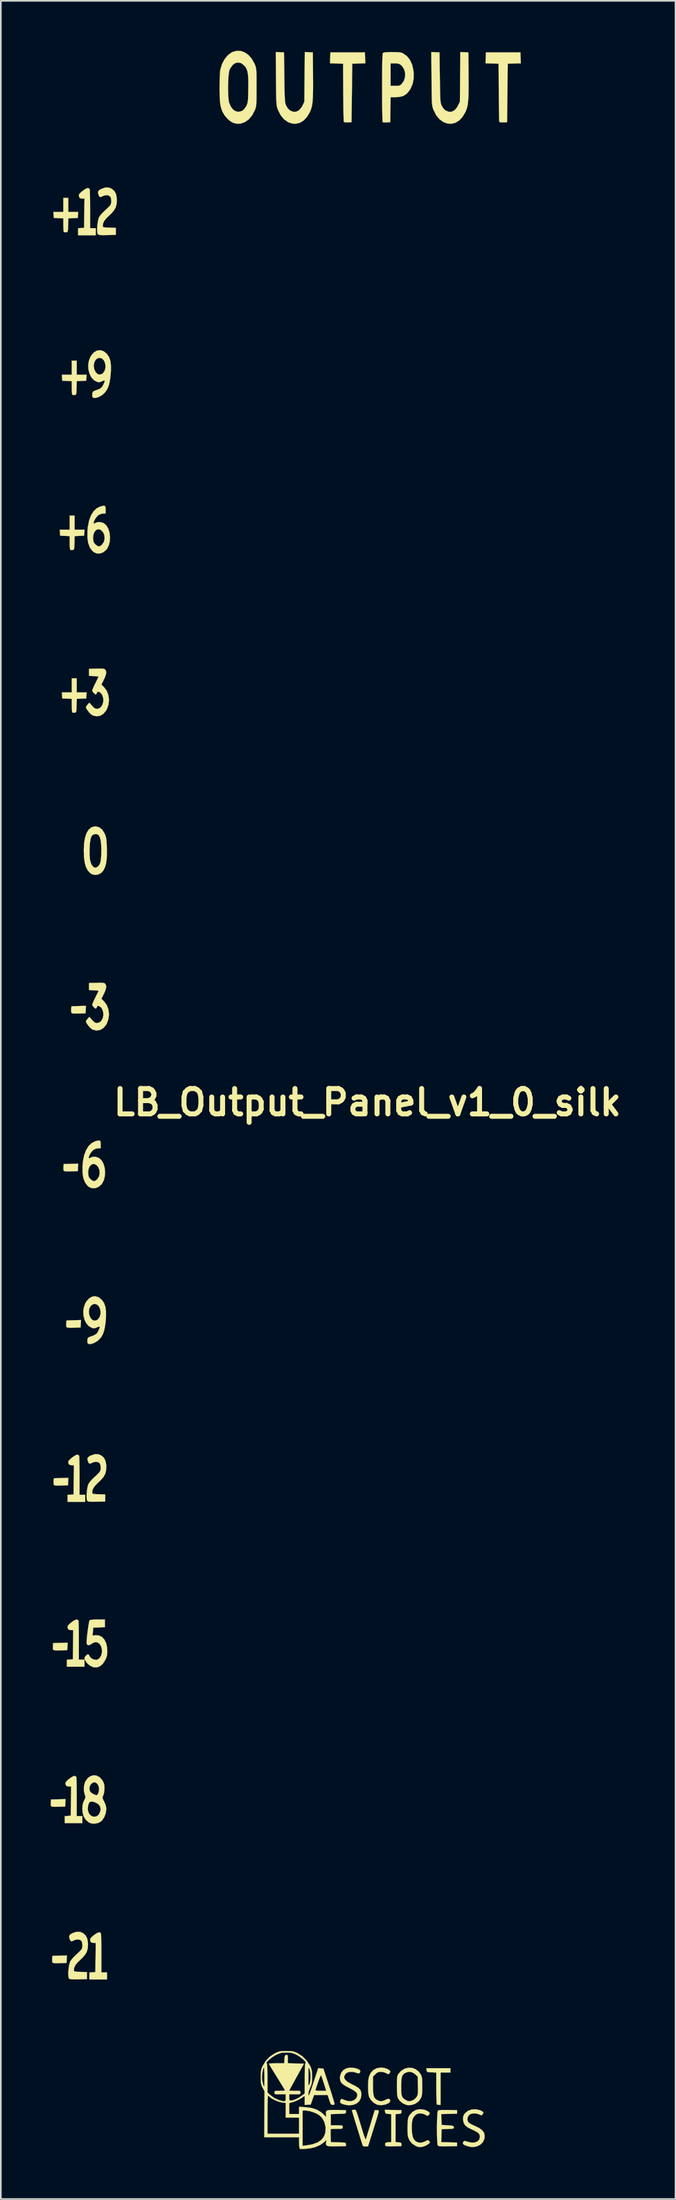
<source format=kicad_pcb>
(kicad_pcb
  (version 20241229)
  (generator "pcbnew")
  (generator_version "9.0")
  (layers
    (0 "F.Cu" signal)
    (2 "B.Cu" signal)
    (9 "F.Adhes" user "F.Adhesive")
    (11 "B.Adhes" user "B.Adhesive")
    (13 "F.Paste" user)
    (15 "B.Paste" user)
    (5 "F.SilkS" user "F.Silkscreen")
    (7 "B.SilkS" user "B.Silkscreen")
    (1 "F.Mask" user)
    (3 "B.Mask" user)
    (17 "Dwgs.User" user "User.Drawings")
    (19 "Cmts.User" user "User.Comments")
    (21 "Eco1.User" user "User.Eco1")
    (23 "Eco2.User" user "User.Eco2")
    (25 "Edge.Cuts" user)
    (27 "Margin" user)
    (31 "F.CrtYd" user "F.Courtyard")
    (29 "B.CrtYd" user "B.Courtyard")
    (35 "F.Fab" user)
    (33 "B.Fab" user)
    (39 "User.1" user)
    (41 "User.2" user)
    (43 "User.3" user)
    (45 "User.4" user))
  (footprint "LB_Output_Panel_v1_0_silk"
    (layer "F.Cu")
    (at 19.049 63.198)
    (property "Reference" "LB_Output_Panel_v1_0_silk" (at 0 0 0) (layer "F.SilkS") (effects (font (size 1.524 1.524) (thickness 0.3))))
    (attr through_hole)
    (fp_poly (pts (xy -17.251 13.525) (xy -17.664 13.538) (xy -17.864 13.541) (xy -17.993 13.536) (xy -18.067 13.52) (xy -18.099 13.493) (xy -18.101 13.489) (xy -18.113 13.409) (xy -18.113 13.289) (xy -18.111 13.265) (xy -18.098 13.102) (xy -17.225 13.078) (xy -17.251 13.525)) (stroke (width 0.01) (type solid)) (fill yes) (layer "F.SilkS"))
    (fp_poly (pts (xy -18.182 42.312) (xy -18.596 42.324) (xy -18.795 42.328) (xy -18.925 42.322) (xy -18.998 42.307) (xy -19.031 42.28) (xy -19.032 42.276) (xy -19.044 42.196) (xy -19.044 42.076) (xy -19.042 42.052) (xy -19.029 41.889) (xy -18.593 41.877) (xy -18.156 41.865) (xy -18.182 42.312)) (stroke (width 0.01) (type solid)) (fill yes) (layer "F.SilkS"))
    (fp_poly (pts (xy -18.055 32.914) (xy -18.469 32.926) (xy -18.668 32.93) (xy -18.798 32.924) (xy -18.872 32.909) (xy -18.904 32.882) (xy -18.905 32.878) (xy -18.917 32.798) (xy -18.917 32.678) (xy -18.915 32.654) (xy -18.902 32.491) (xy -18.466 32.479) (xy -18.029 32.467) (xy -18.055 32.914)) (stroke (width 0.01) (type solid)) (fill yes) (layer "F.SilkS"))
    (fp_poly (pts (xy -18.013 23.008) (xy -18.426 23.02) (xy -18.626 23.024) (xy -18.755 23.018) (xy -18.829 23.003) (xy -18.861 22.976) (xy -18.863 22.972) (xy -18.875 22.892) (xy -18.875 22.772) (xy -18.873 22.748) (xy -18.86 22.585) (xy -18.423 22.573) (xy -17.987 22.561) (xy -18.013 23.008)) (stroke (width 0.01) (type solid)) (fill yes) (layer "F.SilkS"))
    (fp_poly (pts (xy -17.42 4.128) (xy -17.834 4.14) (xy -18.033 4.143) (xy -18.163 4.138) (xy -18.236 4.122) (xy -18.269 4.095) (xy -18.27 4.091) (xy -18.282 4.011) (xy -18.282 3.891) (xy -18.28 3.867) (xy -18.267 3.704) (xy -17.831 3.692) (xy -17.394 3.68) (xy -17.42 4.128)) (stroke (width 0.01) (type solid)) (fill yes) (layer "F.SilkS"))
    (fp_poly (pts (xy -18.085 51.486) (xy -18.098 51.71) (xy -18.511 51.722) (xy -18.711 51.726) (xy -18.84 51.72) (xy -18.914 51.705) (xy -18.946 51.678) (xy -18.948 51.674) (xy -18.96 51.594) (xy -18.959 51.474) (xy -18.958 51.45) (xy -18.944 51.287) (xy -18.508 51.275) (xy -18.072 51.263) (xy -18.085 51.486)) (stroke (width 0.01) (type solid)) (fill yes) (layer "F.SilkS"))
    (fp_poly (pts (xy -16.942 -5.579) (xy -16.954 -5.355) (xy -17.368 -5.343) (xy -17.568 -5.34) (xy -17.697 -5.345) (xy -17.771 -5.361) (xy -17.803 -5.388) (xy -17.805 -5.392) (xy -17.817 -5.472) (xy -17.816 -5.591) (xy -17.815 -5.615) (xy -17.801 -5.779) (xy -17.365 -5.791) (xy -16.929 -5.803) (xy -16.942 -5.579)) (stroke (width 0.01) (type solid)) (fill yes) (layer "F.SilkS"))
    (fp_poly (pts (xy 4.995 58.293) (xy 4.403 58.293) (xy 4.403 60.24) (xy 4.304 60.24) (xy 4.215 60.229) (xy 4.177 60.212) (xy 4.169 60.163) (xy 4.161 60.042) (xy 4.156 59.862) (xy 4.151 59.634) (xy 4.149 59.371) (xy 4.149 59.24) (xy 4.149 58.297) (xy 3.863 58.284) (xy 3.711 58.276) (xy 3.624 58.261) (xy 3.583 58.233) (xy 3.567 58.181) (xy 3.564 58.155) (xy 3.55 58.039) (xy 4.995 58.039) (xy 4.995 58.293)) (stroke (width 0.01) (type solid)) (fill yes) (layer "F.SilkS"))
    (fp_poly (pts (xy 9.22 -62.771) (xy 9.232 -62.445) (xy 8.839 -62.433) (xy 8.445 -62.42) (xy 8.403 -58.907) (xy 8.18 -58.894) (xy 8.028 -58.895) (xy 7.95 -58.919) (xy 7.937 -58.936) (xy 7.932 -58.989) (xy 7.927 -59.118) (xy 7.923 -59.313) (xy 7.918 -59.564) (xy 7.914 -59.863) (xy 7.91 -60.2) (xy 7.907 -60.566) (xy 7.906 -60.706) (xy 7.895 -62.42) (xy 7.502 -62.433) (xy 7.108 -62.445) (xy 7.121 -62.771) (xy 7.133 -63.098) (xy 9.207 -63.098) (xy 9.22 -62.771)) (stroke (width 0.01) (type solid)) (fill yes) (layer "F.SilkS"))
    (fp_poly (pts (xy -0.136 -62.771) (xy -0.123 -62.445) (xy -0.517 -62.433) (xy -0.91 -62.42) (xy -0.931 -60.664) (xy -0.953 -58.907) (xy -1.175 -58.894) (xy -1.328 -58.895) (xy -1.406 -58.919) (xy -1.419 -58.936) (xy -1.423 -58.989) (xy -1.428 -59.118) (xy -1.433 -59.313) (xy -1.438 -59.564) (xy -1.442 -59.863) (xy -1.446 -60.2) (xy -1.449 -60.566) (xy -1.45 -60.706) (xy -1.46 -62.42) (xy -1.854 -62.433) (xy -2.247 -62.445) (xy -2.235 -62.771) (xy -2.223 -63.098) (xy -0.148 -63.098) (xy -0.136 -62.771)) (stroke (width 0.01) (type solid)) (fill yes) (layer "F.SilkS"))
    (fp_poly (pts (xy -17.537 40.501) (xy -17.509 40.538) (xy -17.503 40.596) (xy -17.496 40.728) (xy -17.491 40.921) (xy -17.487 41.163) (xy -17.485 41.442) (xy -17.484 41.744) (xy -17.484 42.884) (xy -17.145 42.884) (xy -17.145 43.307) (xy -18.203 43.307) (xy -18.203 42.889) (xy -17.843 42.862) (xy -17.821 41.106) (xy -17.965 41.106) (xy -18.085 41.084) (xy -18.146 41.012) (xy -18.161 40.892) (xy -18.128 40.826) (xy -18.042 40.736) (xy -17.925 40.638) (xy -17.799 40.551) (xy -17.686 40.489) (xy -17.617 40.471) (xy -17.537 40.501)) (stroke (width 0.01) (type solid)) (fill yes) (layer "F.SilkS"))
    (fp_poly (pts (xy -17.41 31.103) (xy -17.382 31.14) (xy -17.376 31.198) (xy -17.369 31.33) (xy -17.364 31.523) (xy -17.36 31.765) (xy -17.358 32.044) (xy -17.357 32.346) (xy -17.357 33.486) (xy -17.018 33.486) (xy -17.018 33.909) (xy -18.076 33.909) (xy -18.076 33.491) (xy -17.716 33.465) (xy -17.694 31.708) (xy -17.838 31.708) (xy -17.958 31.686) (xy -18.019 31.614) (xy -18.034 31.494) (xy -18.001 31.428) (xy -17.915 31.338) (xy -17.798 31.24) (xy -17.672 31.153) (xy -17.559 31.091) (xy -17.49 31.073) (xy -17.41 31.103)) (stroke (width 0.01) (type solid)) (fill yes) (layer "F.SilkS"))
    (fp_poly (pts (xy -17.992 -53.509) (xy -17.394 -53.509) (xy -17.407 -53.329) (xy -17.42 -53.15) (xy -17.989 -53.125) (xy -18.001 -52.714) (xy -18.007 -52.525) (xy -18.016 -52.404) (xy -18.032 -52.336) (xy -18.059 -52.304) (xy -18.103 -52.293) (xy -18.12 -52.29) (xy -18.213 -52.291) (xy -18.258 -52.308) (xy -18.271 -52.361) (xy -18.281 -52.478) (xy -18.287 -52.639) (xy -18.288 -52.731) (xy -18.288 -53.124) (xy -18.574 -53.137) (xy -18.86 -53.15) (xy -18.873 -53.329) (xy -18.886 -53.509) (xy -18.288 -53.509) (xy -18.288 -54.356) (xy -17.992 -54.356) (xy -17.992 -53.509)) (stroke (width 0.01) (type solid)) (fill yes) (layer "F.SilkS"))
    (fp_poly (pts (xy -17.611 -34.417) (xy -17.013 -34.417) (xy -17.026 -34.237) (xy -17.039 -34.057) (xy -17.608 -34.032) (xy -17.62 -33.621) (xy -17.626 -33.433) (xy -17.635 -33.312) (xy -17.651 -33.244) (xy -17.678 -33.212) (xy -17.722 -33.2) (xy -17.739 -33.198) (xy -17.832 -33.199) (xy -17.877 -33.216) (xy -17.89 -33.269) (xy -17.9 -33.386) (xy -17.906 -33.547) (xy -17.907 -33.639) (xy -17.907 -34.032) (xy -18.193 -34.045) (xy -18.479 -34.057) (xy -18.492 -34.237) (xy -18.505 -34.417) (xy -17.907 -34.417) (xy -17.907 -35.264) (xy -17.611 -35.264) (xy -17.611 -34.417)) (stroke (width 0.01) (type solid)) (fill yes) (layer "F.SilkS"))
    (fp_poly (pts (xy -17.484 -43.73) (xy -16.886 -43.73) (xy -16.899 -43.55) (xy -16.912 -43.37) (xy -17.481 -43.346) (xy -17.493 -42.935) (xy -17.499 -42.746) (xy -17.508 -42.625) (xy -17.524 -42.557) (xy -17.551 -42.525) (xy -17.595 -42.514) (xy -17.612 -42.511) (xy -17.705 -42.512) (xy -17.75 -42.529) (xy -17.763 -42.582) (xy -17.773 -42.699) (xy -17.779 -42.86) (xy -17.78 -42.952) (xy -17.78 -43.345) (xy -18.066 -43.358) (xy -18.352 -43.37) (xy -18.365 -43.55) (xy -18.378 -43.73) (xy -17.78 -43.73) (xy -17.78 -44.577) (xy -17.484 -44.577) (xy -17.484 -43.73)) (stroke (width 0.01) (type solid)) (fill yes) (layer "F.SilkS"))
    (fp_poly (pts (xy -17.484 -24.638) (xy -16.886 -24.638) (xy -16.899 -24.458) (xy -16.912 -24.278) (xy -17.481 -24.253) (xy -17.493 -23.842) (xy -17.499 -23.654) (xy -17.508 -23.533) (xy -17.524 -23.465) (xy -17.551 -23.433) (xy -17.595 -23.421) (xy -17.612 -23.419) (xy -17.705 -23.42) (xy -17.75 -23.437) (xy -17.763 -23.49) (xy -17.773 -23.607) (xy -17.779 -23.768) (xy -17.78 -23.86) (xy -17.78 -24.253) (xy -18.066 -24.266) (xy -18.352 -24.278) (xy -18.365 -24.458) (xy -18.378 -24.638) (xy -17.78 -24.638) (xy -17.78 -25.485) (xy -17.484 -25.485) (xy -17.484 -24.638)) (stroke (width 0.01) (type solid)) (fill yes) (layer "F.SilkS"))
    (fp_poly (pts (xy -17.367 21.197) (xy -17.34 21.234) (xy -17.333 21.292) (xy -17.327 21.424) (xy -17.322 21.617) (xy -17.318 21.859) (xy -17.315 22.138) (xy -17.314 22.44) (xy -17.314 23.58) (xy -16.976 23.58) (xy -16.976 24.003) (xy -18.034 24.003) (xy -18.034 23.585) (xy -17.854 23.572) (xy -17.674 23.558) (xy -17.651 21.802) (xy -17.796 21.802) (xy -17.915 21.78) (xy -17.976 21.708) (xy -17.992 21.588) (xy -17.958 21.522) (xy -17.872 21.432) (xy -17.756 21.334) (xy -17.63 21.247) (xy -17.517 21.185) (xy -17.448 21.167) (xy -17.367 21.197)) (stroke (width 0.01) (type solid)) (fill yes) (layer "F.SilkS"))
    (fp_poly (pts (xy -16.732 -54.918) (xy -16.705 -54.882) (xy -16.698 -54.823) (xy -16.692 -54.691) (xy -16.687 -54.498) (xy -16.683 -54.256) (xy -16.68 -53.977) (xy -16.679 -53.675) (xy -16.679 -52.536) (xy -16.341 -52.536) (xy -16.341 -52.112) (xy -17.399 -52.112) (xy -17.399 -52.531) (xy -17.219 -52.544) (xy -17.039 -52.557) (xy -17.028 -53.435) (xy -17.016 -54.314) (xy -17.161 -54.314) (xy -17.28 -54.335) (xy -17.341 -54.408) (xy -17.357 -54.527) (xy -17.323 -54.594) (xy -17.237 -54.684) (xy -17.121 -54.781) (xy -16.995 -54.869) (xy -16.882 -54.93) (xy -16.813 -54.949) (xy -16.732 -54.918)) (stroke (width 0.01) (type solid)) (fill yes) (layer "F.SilkS"))
    (fp_poly (pts (xy -16.055 49.899) (xy -16.028 49.936) (xy -16.021 49.994) (xy -16.015 50.126) (xy -16.01 50.319) (xy -16.005 50.561) (xy -16.003 50.84) (xy -16.002 51.142) (xy -16.002 52.282) (xy -15.663 52.282) (xy -15.663 52.705) (xy -16.722 52.705) (xy -16.722 52.287) (xy -16.542 52.274) (xy -16.362 52.261) (xy -16.35 51.382) (xy -16.339 50.504) (xy -16.483 50.504) (xy -16.603 50.482) (xy -16.664 50.41) (xy -16.679 50.29) (xy -16.646 50.224) (xy -16.56 50.134) (xy -16.443 50.036) (xy -16.318 49.949) (xy -16.205 49.887) (xy -16.135 49.869) (xy -16.055 49.899)) (stroke (width 0.01) (type solid)) (fill yes) (layer "F.SilkS"))
    (fp_poly (pts (xy 1.552 60.546) (xy 2.051 60.558) (xy 2.051 60.664) (xy 2.041 60.731) (xy 1.996 60.765) (xy 1.893 60.781) (xy 1.872 60.783) (xy 1.693 60.796) (xy 1.693 62.479) (xy 1.872 62.492) (xy 1.986 62.506) (xy 2.038 62.537) (xy 2.051 62.599) (xy 2.051 62.611) (xy 2.051 62.717) (xy 1.575 62.729) (xy 1.362 62.732) (xy 1.22 62.729) (xy 1.134 62.718) (xy 1.089 62.697) (xy 1.074 62.676) (xy 1.063 62.571) (xy 1.126 62.507) (xy 1.262 62.484) (xy 1.269 62.484) (xy 1.439 62.484) (xy 1.439 60.796) (xy 1.259 60.783) (xy 1.145 60.768) (xy 1.089 60.736) (xy 1.068 60.668) (xy 1.066 60.652) (xy 1.052 60.534) (xy 1.552 60.546)) (stroke (width 0.01) (type solid)) (fill yes) (layer "F.SilkS"))
    (fp_poly (pts (xy 4.853 60.546) (xy 5.397 60.558) (xy 5.397 60.77) (xy 4.919 60.781) (xy 4.441 60.793) (xy 4.454 61.12) (xy 4.466 61.447) (xy 4.826 61.468) (xy 5.001 61.48) (xy 5.11 61.495) (xy 5.167 61.517) (xy 5.193 61.552) (xy 5.199 61.583) (xy 5.201 61.628) (xy 5.18 61.656) (xy 5.121 61.673) (xy 5.007 61.682) (xy 4.839 61.689) (xy 4.466 61.701) (xy 4.454 62.091) (xy 4.442 62.481) (xy 4.92 62.493) (xy 5.397 62.505) (xy 5.397 62.717) (xy 4.846 62.729) (xy 4.589 62.731) (xy 4.408 62.725) (xy 4.295 62.711) (xy 4.243 62.688) (xy 4.224 62.628) (xy 4.209 62.498) (xy 4.198 62.314) (xy 4.19 62.089) (xy 4.187 61.838) (xy 4.186 61.576) (xy 4.19 61.317) (xy 4.197 61.076) (xy 4.207 60.868) (xy 4.221 60.707) (xy 4.238 60.607) (xy 4.25 60.583) (xy 4.324 60.56) (xy 4.48 60.547) (xy 4.719 60.544) (xy 4.853 60.546)) (stroke (width 0.01) (type solid)) (fill yes) (layer "F.SilkS"))
    (fp_poly (pts (xy -5.016 -63.098) (xy -4.995 -61.595) (xy -4.99 -61.197) (xy -4.984 -60.874) (xy -4.978 -60.617) (xy -4.971 -60.417) (xy -4.963 -60.264) (xy -4.952 -60.148) (xy -4.939 -60.062) (xy -4.922 -59.994) (xy -4.901 -59.937) (xy -4.882 -59.892) (xy -4.78 -59.728) (xy -4.657 -59.612) (xy -4.649 -59.607) (xy -4.458 -59.53) (xy -4.277 -59.535) (xy -4.113 -59.622) (xy -3.968 -59.787) (xy -3.903 -59.901) (xy -3.789 -60.135) (xy -3.763 -63.123) (xy -3.281 -63.098) (xy -3.269 -61.701) (xy -3.266 -61.253) (xy -3.267 -60.88) (xy -3.272 -60.572) (xy -3.283 -60.32) (xy -3.299 -60.113) (xy -3.323 -59.942) (xy -3.355 -59.796) (xy -3.395 -59.668) (xy -3.445 -59.545) (xy -3.469 -59.493) (xy -3.638 -59.214) (xy -3.837 -59.005) (xy -4.061 -58.87) (xy -4.303 -58.811) (xy -4.557 -58.831) (xy -4.787 -58.919) (xy -5.024 -59.09) (xy -5.222 -59.336) (xy -5.381 -59.656) (xy -5.389 -59.677) (xy -5.413 -59.744) (xy -5.433 -59.811) (xy -5.448 -59.888) (xy -5.461 -59.984) (xy -5.47 -60.108) (xy -5.478 -60.269) (xy -5.483 -60.478) (xy -5.487 -60.742) (xy -5.491 -61.071) (xy -5.495 -61.475) (xy -5.495 -61.523) (xy -5.508 -63.123) (xy -5.016 -63.098)) (stroke (width 0.01) (type solid)) (fill yes) (layer "F.SilkS"))
    (fp_poly (pts (xy 1.017 58.019) (xy 1.196 58.079) (xy 1.332 58.164) (xy 1.359 58.192) (xy 1.384 58.253) (xy 1.343 58.324) (xy 1.335 58.333) (xy 1.283 58.384) (xy 1.236 58.39) (xy 1.159 58.351) (xy 1.129 58.333) (xy 0.981 58.274) (xy 0.812 58.251) (xy 0.811 58.251) (xy 0.679 58.263) (xy 0.577 58.311) (xy 0.483 58.395) (xy 0.339 58.539) (xy 0.339 59.097) (xy 0.343 59.373) (xy 0.358 59.577) (xy 0.389 59.725) (xy 0.441 59.83) (xy 0.516 59.906) (xy 0.618 59.964) (xy 0.749 60.015) (xy 0.863 60.021) (xy 0.993 59.983) (xy 1.091 59.938) (xy 1.206 59.887) (xy 1.274 59.873) (xy 1.322 59.895) (xy 1.344 59.915) (xy 1.381 59.993) (xy 1.348 60.071) (xy 1.26 60.142) (xy 1.132 60.2) (xy 0.978 60.24) (xy 0.813 60.256) (xy 0.652 60.242) (xy 0.572 60.22) (xy 0.383 60.114) (xy 0.22 59.953) (xy 0.108 59.763) (xy 0.088 59.705) (xy 0.063 59.56) (xy 0.049 59.359) (xy 0.044 59.131) (xy 0.05 58.903) (xy 0.066 58.704) (xy 0.09 58.568) (xy 0.194 58.33) (xy 0.356 58.151) (xy 0.565 58.038) (xy 0.816 57.997) (xy 0.828 57.997) (xy 1.017 58.019)) (stroke (width 0.01) (type solid)) (fill yes) (layer "F.SilkS"))
    (fp_poly (pts (xy -0.721 60.544) (xy -0.696 60.57) (xy -0.669 60.622) (xy -0.635 60.706) (xy -0.592 60.832) (xy -0.536 61.006) (xy -0.464 61.236) (xy -0.374 61.531) (xy -0.262 61.899) (xy -0.251 61.934) (xy -0.195 62.105) (xy -0.146 62.234) (xy -0.109 62.308) (xy -0.092 62.315) (xy -0.073 62.256) (xy -0.034 62.13) (xy 0.022 61.949) (xy 0.09 61.726) (xy 0.167 61.475) (xy 0.188 61.404) (xy 0.445 60.558) (xy 0.572 60.558) (xy 0.632 60.56) (xy 0.668 60.575) (xy 0.682 60.616) (xy 0.672 60.695) (xy 0.637 60.824) (xy 0.578 61.017) (xy 0.55 61.108) (xy 0.492 61.292) (xy 0.417 61.529) (xy 0.335 61.792) (xy 0.253 62.053) (xy 0.234 62.114) (xy 0.038 62.738) (xy -0.106 62.738) (xy -0.208 62.73) (xy -0.265 62.709) (xy -0.267 62.706) (xy -0.285 62.658) (xy -0.323 62.542) (xy -0.377 62.372) (xy -0.444 62.161) (xy -0.518 61.922) (xy -0.597 61.668) (xy -0.676 61.413) (xy -0.752 61.169) (xy -0.819 60.949) (xy -0.873 60.768) (xy -0.912 60.637) (xy -0.93 60.57) (xy -0.931 60.565) (xy -0.895 60.545) (xy -0.806 60.537) (xy -0.806 60.537) (xy -0.772 60.535) (xy -0.745 60.535) (xy -0.721 60.544)) (stroke (width 0.01) (type solid)) (fill yes) (layer "F.SilkS"))
    (fp_poly (pts (xy 4.093 -63.111) (xy 4.339 -63.098) (xy 4.36 -61.595) (xy 4.366 -61.197) (xy 4.372 -60.874) (xy 4.378 -60.617) (xy 4.384 -60.417) (xy 4.393 -60.264) (xy 4.403 -60.148) (xy 4.417 -60.062) (xy 4.433 -59.994) (xy 4.454 -59.937) (xy 4.474 -59.892) (xy 4.576 -59.728) (xy 4.699 -59.612) (xy 4.707 -59.607) (xy 4.898 -59.53) (xy 5.078 -59.535) (xy 5.243 -59.622) (xy 5.388 -59.787) (xy 5.452 -59.901) (xy 5.567 -60.135) (xy 5.593 -63.123) (xy 6.075 -63.098) (xy 6.087 -61.701) (xy 6.089 -61.253) (xy 6.089 -60.88) (xy 6.083 -60.572) (xy 6.073 -60.32) (xy 6.056 -60.113) (xy 6.033 -59.942) (xy 6.001 -59.796) (xy 5.961 -59.668) (xy 5.911 -59.545) (xy 5.886 -59.493) (xy 5.718 -59.214) (xy 5.519 -59.005) (xy 5.294 -58.87) (xy 5.052 -58.811) (xy 4.799 -58.831) (xy 4.568 -58.919) (xy 4.331 -59.09) (xy 4.133 -59.336) (xy 3.975 -59.656) (xy 3.966 -59.677) (xy 3.942 -59.744) (xy 3.923 -59.811) (xy 3.907 -59.888) (xy 3.895 -59.984) (xy 3.885 -60.108) (xy 3.878 -60.269) (xy 3.873 -60.478) (xy 3.868 -60.742) (xy 3.865 -61.071) (xy 3.861 -61.475) (xy 3.861 -61.523) (xy 3.848 -63.123) (xy 4.093 -63.111)) (stroke (width 0.01) (type solid)) (fill yes) (layer "F.SilkS"))
    (fp_poly (pts (xy 3.412 60.529) (xy 3.54 60.576) (xy 3.68 60.65) (xy 3.744 60.715) (xy 3.74 60.784) (xy 3.702 60.835) (xy 3.65 60.886) (xy 3.603 60.893) (xy 3.528 60.855) (xy 3.492 60.833) (xy 3.338 60.77) (xy 3.176 60.748) (xy 3.044 60.762) (xy 2.939 60.815) (xy 2.857 60.888) (xy 2.768 60.995) (xy 2.717 61.112) (xy 2.687 61.273) (xy 2.67 61.503) (xy 2.673 61.743) (xy 2.693 61.97) (xy 2.729 62.157) (xy 2.767 62.261) (xy 2.889 62.416) (xy 3.051 62.501) (xy 3.239 62.514) (xy 3.442 62.452) (xy 3.477 62.433) (xy 3.581 62.378) (xy 3.643 62.365) (xy 3.689 62.39) (xy 3.716 62.415) (xy 3.759 62.468) (xy 3.752 62.513) (xy 3.686 62.578) (xy 3.672 62.591) (xy 3.521 62.685) (xy 3.333 62.753) (xy 3.154 62.779) (xy 3.154 62.779) (xy 3.063 62.762) (xy 2.94 62.719) (xy 2.898 62.701) (xy 2.688 62.561) (xy 2.531 62.364) (xy 2.452 62.176) (xy 2.433 62.054) (xy 2.421 61.871) (xy 2.417 61.652) (xy 2.419 61.508) (xy 2.427 61.292) (xy 2.439 61.141) (xy 2.457 61.033) (xy 2.487 60.949) (xy 2.532 60.869) (xy 2.551 60.841) (xy 2.719 60.659) (xy 2.928 60.543) (xy 3.164 60.498) (xy 3.412 60.529)) (stroke (width 0.01) (type solid)) (fill yes) (layer "F.SilkS"))
    (fp_poly (pts (xy -17.282 49.843) (xy -17.098 49.922) (xy -16.95 50.057) (xy -16.856 50.233) (xy -16.812 50.462) (xy -16.806 50.607) (xy -16.823 50.84) (xy -16.878 51.038) (xy -16.983 51.221) (xy -17.148 51.409) (xy -17.275 51.528) (xy -17.458 51.708) (xy -17.576 51.863) (xy -17.638 52.009) (xy -17.653 52.138) (xy -17.649 52.184) (xy -17.625 52.214) (xy -17.566 52.231) (xy -17.456 52.241) (xy -17.278 52.248) (xy -17.261 52.248) (xy -16.87 52.261) (xy -16.87 52.684) (xy -17.382 52.696) (xy -17.607 52.699) (xy -17.762 52.696) (xy -17.862 52.685) (xy -17.921 52.665) (xy -17.949 52.642) (xy -17.978 52.558) (xy -17.99 52.414) (xy -17.987 52.233) (xy -17.97 52.038) (xy -17.941 51.85) (xy -17.901 51.692) (xy -17.872 51.618) (xy -17.799 51.511) (xy -17.683 51.377) (xy -17.544 51.239) (xy -17.507 51.206) (xy -17.375 51.084) (xy -17.264 50.973) (xy -17.193 50.892) (xy -17.182 50.874) (xy -17.144 50.745) (xy -17.141 50.59) (xy -17.17 50.448) (xy -17.212 50.372) (xy -17.322 50.309) (xy -17.468 50.298) (xy -17.621 50.339) (xy -17.653 50.355) (xy -17.768 50.408) (xy -17.84 50.397) (xy -17.891 50.316) (xy -17.908 50.269) (xy -17.939 50.141) (xy -17.921 50.051) (xy -17.844 49.979) (xy -17.728 49.916) (xy -17.494 49.839) (xy -17.282 49.843)) (stroke (width 0.01) (type solid)) (fill yes) (layer "F.SilkS"))
    (fp_poly (pts (xy -16.182 21.141) (xy -15.998 21.22) (xy -15.849 21.355) (xy -15.756 21.531) (xy -15.711 21.76) (xy -15.706 21.905) (xy -15.722 22.138) (xy -15.777 22.336) (xy -15.883 22.519) (xy -16.048 22.707) (xy -16.174 22.826) (xy -16.358 23.006) (xy -16.476 23.161) (xy -16.537 23.307) (xy -16.552 23.436) (xy -16.548 23.482) (xy -16.524 23.512) (xy -16.465 23.529) (xy -16.355 23.539) (xy -16.177 23.546) (xy -16.161 23.546) (xy -15.769 23.558) (xy -15.769 23.982) (xy -16.282 23.994) (xy -16.506 23.997) (xy -16.662 23.994) (xy -16.761 23.983) (xy -16.821 23.963) (xy -16.849 23.94) (xy -16.878 23.856) (xy -16.89 23.712) (xy -16.886 23.531) (xy -16.869 23.336) (xy -16.84 23.148) (xy -16.801 22.99) (xy -16.771 22.916) (xy -16.698 22.809) (xy -16.582 22.675) (xy -16.443 22.537) (xy -16.407 22.504) (xy -16.274 22.382) (xy -16.163 22.271) (xy -16.093 22.19) (xy -16.081 22.172) (xy -16.043 22.043) (xy -16.04 21.888) (xy -16.07 21.746) (xy -16.112 21.67) (xy -16.221 21.607) (xy -16.367 21.596) (xy -16.521 21.637) (xy -16.552 21.654) (xy -16.667 21.706) (xy -16.739 21.695) (xy -16.79 21.614) (xy -16.807 21.567) (xy -16.838 21.439) (xy -16.82 21.349) (xy -16.743 21.277) (xy -16.627 21.214) (xy -16.394 21.137) (xy -16.182 21.141)) (stroke (width 0.01) (type solid)) (fill yes) (layer "F.SilkS"))
    (fp_poly (pts (xy -15.547 -54.975) (xy -15.363 -54.895) (xy -15.214 -54.76) (xy -15.121 -54.585) (xy -15.076 -54.355) (xy -15.071 -54.211) (xy -15.087 -53.977) (xy -15.142 -53.779) (xy -15.248 -53.596) (xy -15.413 -53.408) (xy -15.539 -53.289) (xy -15.723 -53.11) (xy -15.841 -52.954) (xy -15.902 -52.808) (xy -15.917 -52.679) (xy -15.913 -52.633) (xy -15.889 -52.604) (xy -15.83 -52.586) (xy -15.72 -52.576) (xy -15.542 -52.57) (xy -15.526 -52.569) (xy -15.134 -52.557) (xy -15.134 -52.133) (xy -15.647 -52.122) (xy -15.871 -52.118) (xy -16.027 -52.121) (xy -16.126 -52.132) (xy -16.186 -52.153) (xy -16.214 -52.176) (xy -16.243 -52.259) (xy -16.255 -52.403) (xy -16.251 -52.584) (xy -16.234 -52.78) (xy -16.205 -52.968) (xy -16.166 -53.125) (xy -16.136 -53.199) (xy -16.063 -53.306) (xy -15.947 -53.441) (xy -15.808 -53.578) (xy -15.772 -53.611) (xy -15.639 -53.733) (xy -15.528 -53.844) (xy -15.458 -53.925) (xy -15.446 -53.943) (xy -15.408 -54.073) (xy -15.405 -54.228) (xy -15.435 -54.37) (xy -15.477 -54.445) (xy -15.586 -54.508) (xy -15.732 -54.52) (xy -15.886 -54.478) (xy -15.917 -54.462) (xy -16.032 -54.409) (xy -16.104 -54.42) (xy -16.155 -54.501) (xy -16.172 -54.548) (xy -16.203 -54.677) (xy -16.185 -54.766) (xy -16.108 -54.838) (xy -15.992 -54.901) (xy -15.759 -54.979) (xy -15.547 -54.975)) (stroke (width 0.01) (type solid)) (fill yes) (layer "F.SilkS"))
    (fp_poly (pts (xy -0.815 58.015) (xy -0.621 58.064) (xy -0.481 58.132) (xy -0.422 58.209) (xy -0.446 58.295) (xy -0.47 58.323) (xy -0.532 58.346) (xy -0.636 58.319) (xy -0.659 58.31) (xy -0.857 58.256) (xy -1.05 58.253) (xy -1.214 58.299) (xy -1.293 58.355) (xy -1.385 58.486) (xy -1.396 58.616) (xy -1.324 58.744) (xy -1.169 58.874) (xy -0.931 59.004) (xy -0.915 59.012) (xy -0.687 59.126) (xy -0.529 59.229) (xy -0.43 59.335) (xy -0.377 59.456) (xy -0.36 59.605) (xy -0.36 59.627) (xy -0.397 59.85) (xy -0.501 60.032) (xy -0.663 60.165) (xy -0.873 60.243) (xy -1.123 60.262) (xy -1.3 60.239) (xy -1.488 60.191) (xy -1.6 60.135) (xy -1.642 60.065) (xy -1.622 59.971) (xy -1.608 59.943) (xy -1.578 59.897) (xy -1.539 59.886) (xy -1.465 59.91) (xy -1.386 59.945) (xy -1.17 60.012) (xy -0.969 60.015) (xy -0.799 59.958) (xy -0.673 59.845) (xy -0.635 59.774) (xy -0.604 59.661) (xy -0.618 59.563) (xy -0.686 59.47) (xy -0.815 59.372) (xy -1.014 59.261) (xy -1.104 59.216) (xy -1.335 59.093) (xy -1.495 58.981) (xy -1.593 58.868) (xy -1.64 58.741) (xy -1.646 58.587) (xy -1.641 58.53) (xy -1.58 58.321) (xy -1.457 58.161) (xy -1.282 58.053) (xy -1.064 58.003) (xy -0.815 58.015)) (stroke (width 0.01) (type solid)) (fill yes) (layer "F.SilkS"))
    (fp_poly (pts (xy -16.306 -16.582) (xy -16.117 -16.526) (xy -15.959 -16.399) (xy -15.825 -16.196) (xy -15.786 -16.113) (xy -15.747 -16.014) (xy -15.719 -15.908) (xy -15.7 -15.779) (xy -15.686 -15.608) (xy -15.676 -15.377) (xy -15.672 -15.26) (xy -15.669 -14.883) (xy -15.687 -14.575) (xy -15.727 -14.324) (xy -15.792 -14.115) (xy -15.88 -13.941) (xy -16.017 -13.789) (xy -16.189 -13.698) (xy -16.378 -13.671) (xy -16.563 -13.713) (xy -16.678 -13.785) (xy -16.821 -13.943) (xy -16.928 -14.151) (xy -17.003 -14.417) (xy -17.046 -14.747) (xy -17.051 -14.895) (xy -16.714 -14.895) (xy -16.686 -14.587) (xy -16.627 -14.356) (xy -16.536 -14.204) (xy -16.529 -14.197) (xy -16.424 -14.115) (xy -16.327 -14.108) (xy -16.213 -14.173) (xy -16.204 -14.181) (xy -16.124 -14.271) (xy -16.066 -14.408) (xy -16.028 -14.599) (xy -16.008 -14.856) (xy -16.002 -15.142) (xy -16.012 -15.483) (xy -16.041 -15.746) (xy -16.091 -15.936) (xy -16.164 -16.059) (xy -16.262 -16.12) (xy -16.329 -16.129) (xy -16.45 -16.114) (xy -16.542 -16.061) (xy -16.61 -15.962) (xy -16.658 -15.807) (xy -16.689 -15.587) (xy -16.709 -15.292) (xy -16.71 -15.282) (xy -16.714 -14.895) (xy -17.051 -14.895) (xy -17.059 -15.15) (xy -17.059 -15.155) (xy -17.04 -15.562) (xy -16.984 -15.906) (xy -16.893 -16.182) (xy -16.768 -16.389) (xy -16.611 -16.524) (xy -16.424 -16.583) (xy -16.306 -16.582)) (stroke (width 0.01) (type solid)) (fill yes) (layer "F.SilkS"))
    (fp_poly (pts (xy 6.75 60.553) (xy 6.859 60.601) (xy 6.955 60.66) (xy 6.979 60.715) (xy 6.941 60.792) (xy 6.929 60.809) (xy 6.885 60.857) (xy 6.834 60.859) (xy 6.744 60.819) (xy 6.741 60.817) (xy 6.563 60.758) (xy 6.376 60.749) (xy 6.21 60.789) (xy 6.115 60.852) (xy 6.03 60.991) (xy 6.018 61.147) (xy 6.074 61.284) (xy 6.14 61.34) (xy 6.264 61.412) (xy 6.421 61.487) (xy 6.476 61.51) (xy 6.738 61.637) (xy 6.919 61.776) (xy 7.025 61.935) (xy 7.058 62.118) (xy 7.029 62.308) (xy 6.938 62.492) (xy 6.782 62.639) (xy 6.577 62.734) (xy 6.571 62.736) (xy 6.394 62.771) (xy 6.228 62.767) (xy 6.033 62.722) (xy 6.006 62.714) (xy 5.842 62.651) (xy 5.757 62.586) (xy 5.747 62.512) (xy 5.772 62.464) (xy 5.809 62.422) (xy 5.855 62.409) (xy 5.933 62.424) (xy 6.051 62.462) (xy 6.275 62.509) (xy 6.471 62.499) (xy 6.627 62.435) (xy 6.732 62.324) (xy 6.773 62.169) (xy 6.773 62.156) (xy 6.758 62.051) (xy 6.705 61.961) (xy 6.602 61.876) (xy 6.438 61.786) (xy 6.267 61.709) (xy 6.039 61.594) (xy 5.885 61.47) (xy 5.795 61.325) (xy 5.759 61.146) (xy 5.757 61.082) (xy 5.769 60.933) (xy 5.817 60.82) (xy 5.888 60.729) (xy 6.06 60.595) (xy 6.274 60.519) (xy 6.511 60.504) (xy 6.75 60.553)) (stroke (width 0.01) (type solid)) (fill yes) (layer "F.SilkS"))
    (fp_poly (pts (xy -15.79 31.535) (xy -16.14 31.547) (xy -16.489 31.559) (xy -16.51 31.8) (xy -16.532 32.04) (xy -16.341 32.019) (xy -16.137 32.036) (xy -15.96 32.126) (xy -15.818 32.283) (xy -15.714 32.499) (xy -15.657 32.765) (xy -15.646 32.936) (xy -15.65 33.122) (xy -15.671 33.263) (xy -15.718 33.399) (xy -15.77 33.507) (xy -15.914 33.731) (xy -16.084 33.88) (xy -16.272 33.951) (xy -16.471 33.942) (xy -16.676 33.851) (xy -16.714 33.825) (xy -16.855 33.699) (xy -16.961 33.557) (xy -17.014 33.425) (xy -17.018 33.389) (xy -16.989 33.323) (xy -16.919 33.238) (xy -16.91 33.23) (xy -16.843 33.172) (xy -16.796 33.161) (xy -16.749 33.206) (xy -16.683 33.316) (xy -16.675 33.331) (xy -16.582 33.421) (xy -16.446 33.482) (xy -16.304 33.5) (xy -16.239 33.487) (xy -16.11 33.396) (xy -16.019 33.25) (xy -15.97 33.07) (xy -15.967 32.877) (xy -16.011 32.693) (xy -16.106 32.539) (xy -16.107 32.538) (xy -16.241 32.446) (xy -16.392 32.434) (xy -16.548 32.503) (xy -16.584 32.531) (xy -16.708 32.605) (xy -16.809 32.612) (xy -16.874 32.552) (xy -16.891 32.463) (xy -16.885 32.338) (xy -16.871 32.166) (xy -16.849 31.964) (xy -16.822 31.75) (xy -16.793 31.542) (xy -16.765 31.358) (xy -16.739 31.217) (xy -16.718 31.136) (xy -16.713 31.126) (xy -16.649 31.098) (xy -16.51 31.08) (xy -16.292 31.073) (xy -16.23 31.073) (xy -15.79 31.073) (xy -15.79 31.535)) (stroke (width 0.01) (type solid)) (fill yes) (layer "F.SilkS"))
    (fp_poly (pts (xy 1.724 -63.116) (xy 1.89 -63.107) (xy 2.011 -63.089) (xy 2.104 -63.06) (xy 2.15 -63.038) (xy 2.382 -62.872) (xy 2.565 -62.642) (xy 2.696 -62.353) (xy 2.771 -62.014) (xy 2.786 -61.845) (xy 2.78 -61.498) (xy 2.721 -61.201) (xy 2.604 -60.93) (xy 2.537 -60.821) (xy 2.376 -60.624) (xy 2.191 -60.496) (xy 1.966 -60.427) (xy 1.722 -60.41) (xy 1.399 -60.41) (xy 1.387 -59.658) (xy 1.376 -58.907) (xy 1.163 -58.894) (xy 1.034 -58.893) (xy 0.943 -58.902) (xy 0.919 -58.912) (xy 0.913 -58.959) (xy 0.907 -59.083) (xy 0.902 -59.274) (xy 0.898 -59.525) (xy 0.894 -59.828) (xy 0.891 -60.173) (xy 0.89 -60.553) (xy 0.889 -60.96) (xy 0.889 -60.98) (xy 0.89 -61.481) (xy 0.891 -61.903) (xy 0.894 -62.251) (xy 0.897 -62.442) (xy 1.397 -62.442) (xy 1.397 -61.087) (xy 1.676 -61.087) (xy 1.832 -61.09) (xy 1.931 -61.107) (xy 2.004 -61.146) (xy 2.077 -61.217) (xy 2.077 -61.217) (xy 2.207 -61.412) (xy 2.272 -61.635) (xy 2.273 -61.867) (xy 2.211 -62.087) (xy 2.087 -62.275) (xy 2.044 -62.317) (xy 1.949 -62.39) (xy 1.855 -62.427) (xy 1.728 -62.441) (xy 1.65 -62.442) (xy 1.397 -62.442) (xy 0.897 -62.442) (xy 0.899 -62.53) (xy 0.905 -62.744) (xy 0.913 -62.901) (xy 0.922 -63.003) (xy 0.934 -63.058) (xy 0.94 -63.068) (xy 1.013 -63.094) (xy 1.169 -63.111) (xy 1.409 -63.119) (xy 1.492 -63.119) (xy 1.724 -63.116)) (stroke (width 0.01) (type solid)) (fill yes) (layer "F.SilkS"))
    (fp_poly (pts (xy -16.06 2.334) (xy -16.046 2.434) (xy -16.044 2.519) (xy -16.044 2.752) (xy -16.182 2.752) (xy -16.314 2.775) (xy -16.448 2.83) (xy -16.455 2.835) (xy -16.56 2.927) (xy -16.66 3.06) (xy -16.734 3.203) (xy -16.764 3.323) (xy -16.764 3.324) (xy -16.756 3.367) (xy -16.719 3.358) (xy -16.67 3.326) (xy -16.523 3.269) (xy -16.346 3.27) (xy -16.17 3.327) (xy -16.137 3.346) (xy -15.987 3.483) (xy -15.877 3.678) (xy -15.806 3.912) (xy -15.778 4.167) (xy -15.792 4.425) (xy -15.851 4.666) (xy -15.955 4.872) (xy -16.015 4.946) (xy -16.194 5.088) (xy -16.39 5.156) (xy -16.588 5.148) (xy -16.747 5.079) (xy -16.842 4.994) (xy -16.942 4.866) (xy -16.994 4.781) (xy -17.088 4.532) (xy -17.127 4.272) (xy -16.794 4.272) (xy -16.775 4.421) (xy -16.734 4.522) (xy -16.656 4.61) (xy -16.643 4.621) (xy -16.521 4.712) (xy -16.423 4.733) (xy -16.324 4.683) (xy -16.256 4.621) (xy -16.147 4.458) (xy -16.1 4.265) (xy -16.114 4.067) (xy -16.187 3.886) (xy -16.309 3.753) (xy -16.439 3.696) (xy -16.563 3.714) (xy -16.669 3.796) (xy -16.748 3.932) (xy -16.792 4.111) (xy -16.794 4.272) (xy -17.127 4.272) (xy -17.135 4.216) (xy -17.136 3.837) (xy -17.109 3.543) (xy -17.039 3.184) (xy -16.925 2.876) (xy -16.773 2.628) (xy -16.587 2.446) (xy -16.371 2.336) (xy -16.354 2.331) (xy -16.198 2.292) (xy -16.106 2.29) (xy -16.06 2.334)) (stroke (width 0.01) (type solid)) (fill yes) (layer "F.SilkS"))
    (fp_poly (pts (xy -15.764 -35.809) (xy -15.749 -35.708) (xy -15.748 -35.623) (xy -15.748 -35.391) (xy -15.886 -35.391) (xy -16.018 -35.368) (xy -16.152 -35.312) (xy -16.159 -35.308) (xy -16.264 -35.215) (xy -16.363 -35.082) (xy -16.438 -34.94) (xy -16.468 -34.819) (xy -16.468 -34.818) (xy -16.46 -34.775) (xy -16.423 -34.784) (xy -16.374 -34.817) (xy -16.227 -34.873) (xy -16.05 -34.872) (xy -15.874 -34.816) (xy -15.84 -34.797) (xy -15.691 -34.659) (xy -15.58 -34.464) (xy -15.51 -34.23) (xy -15.481 -33.975) (xy -15.496 -33.718) (xy -15.554 -33.477) (xy -15.659 -33.27) (xy -15.718 -33.196) (xy -15.897 -33.055) (xy -16.093 -32.986) (xy -16.291 -32.995) (xy -16.45 -33.063) (xy -16.545 -33.149) (xy -16.646 -33.276) (xy -16.698 -33.361) (xy -16.791 -33.61) (xy -16.83 -33.87) (xy -16.498 -33.87) (xy -16.478 -33.721) (xy -16.438 -33.621) (xy -16.36 -33.533) (xy -16.347 -33.521) (xy -16.225 -33.43) (xy -16.127 -33.41) (xy -16.028 -33.46) (xy -15.96 -33.522) (xy -15.851 -33.684) (xy -15.804 -33.877) (xy -15.818 -34.075) (xy -15.891 -34.256) (xy -16.012 -34.39) (xy -16.143 -34.446) (xy -16.266 -34.428) (xy -16.372 -34.346) (xy -16.452 -34.211) (xy -16.495 -34.032) (xy -16.498 -33.87) (xy -16.83 -33.87) (xy -16.839 -33.926) (xy -16.839 -34.305) (xy -16.812 -34.599) (xy -16.742 -34.959) (xy -16.629 -35.266) (xy -16.477 -35.514) (xy -16.291 -35.697) (xy -16.075 -35.806) (xy -16.058 -35.811) (xy -15.902 -35.85) (xy -15.809 -35.853) (xy -15.764 -35.809)) (stroke (width 0.01) (type solid)) (fill yes) (layer "F.SilkS"))
    (fp_poly (pts (xy -15.938 -26.067) (xy -15.846 -26.052) (xy -15.79 -26.026) (xy -15.774 -26.012) (xy -15.716 -25.907) (xy -15.718 -25.759) (xy -15.779 -25.563) (xy -15.853 -25.403) (xy -15.999 -25.111) (xy -15.836 -24.947) (xy -15.678 -24.733) (xy -15.58 -24.476) (xy -15.544 -24.196) (xy -15.572 -23.912) (xy -15.664 -23.643) (xy -15.731 -23.525) (xy -15.893 -23.342) (xy -16.083 -23.233) (xy -16.291 -23.203) (xy -16.509 -23.253) (xy -16.548 -23.271) (xy -16.636 -23.336) (xy -16.738 -23.441) (xy -16.834 -23.562) (xy -16.906 -23.675) (xy -16.933 -23.755) (xy -16.908 -23.805) (xy -16.845 -23.887) (xy -16.829 -23.905) (xy -16.725 -24.024) (xy -16.562 -23.837) (xy -16.454 -23.725) (xy -16.365 -23.668) (xy -16.27 -23.65) (xy -16.257 -23.65) (xy -16.113 -23.688) (xy -16 -23.788) (xy -15.921 -23.934) (xy -15.882 -24.108) (xy -15.888 -24.293) (xy -15.944 -24.47) (xy -16.006 -24.57) (xy -16.081 -24.637) (xy -16.166 -24.677) (xy -16.233 -24.681) (xy -16.257 -24.649) (xy -16.277 -24.589) (xy -16.297 -24.554) (xy -16.333 -24.521) (xy -16.385 -24.542) (xy -16.444 -24.594) (xy -16.517 -24.677) (xy -16.552 -24.747) (xy -16.552 -24.752) (xy -16.534 -24.812) (xy -16.485 -24.929) (xy -16.414 -25.082) (xy -16.362 -25.188) (xy -16.282 -25.35) (xy -16.218 -25.482) (xy -16.179 -25.566) (xy -16.171 -25.588) (xy -16.21 -25.599) (xy -16.312 -25.611) (xy -16.454 -25.62) (xy -16.457 -25.62) (xy -16.743 -25.633) (xy -16.743 -26.056) (xy -16.292 -26.068) (xy -16.081 -26.071) (xy -15.938 -26.067)) (stroke (width 0.01) (type solid)) (fill yes) (layer "F.SilkS"))
    (fp_poly (pts (xy -15.938 -7.186) (xy -15.846 -7.172) (xy -15.79 -7.146) (xy -15.774 -7.132) (xy -15.716 -7.026) (xy -15.718 -6.878) (xy -15.779 -6.682) (xy -15.853 -6.522) (xy -15.999 -6.23) (xy -15.836 -6.067) (xy -15.678 -5.852) (xy -15.58 -5.595) (xy -15.544 -5.315) (xy -15.572 -5.031) (xy -15.664 -4.762) (xy -15.731 -4.644) (xy -15.893 -4.461) (xy -16.083 -4.353) (xy -16.291 -4.322) (xy -16.509 -4.373) (xy -16.548 -4.391) (xy -16.636 -4.456) (xy -16.738 -4.561) (xy -16.834 -4.682) (xy -16.906 -4.795) (xy -16.933 -4.874) (xy -16.908 -4.924) (xy -16.845 -5.006) (xy -16.829 -5.025) (xy -16.725 -5.144) (xy -16.562 -4.957) (xy -16.454 -4.844) (xy -16.365 -4.787) (xy -16.27 -4.77) (xy -16.257 -4.77) (xy -16.113 -4.807) (xy -16 -4.908) (xy -15.921 -5.054) (xy -15.882 -5.228) (xy -15.888 -5.412) (xy -15.944 -5.59) (xy -16.006 -5.69) (xy -16.081 -5.757) (xy -16.166 -5.796) (xy -16.233 -5.8) (xy -16.257 -5.768) (xy -16.277 -5.708) (xy -16.297 -5.674) (xy -16.333 -5.641) (xy -16.385 -5.661) (xy -16.444 -5.713) (xy -16.517 -5.797) (xy -16.552 -5.866) (xy -16.552 -5.871) (xy -16.534 -5.932) (xy -16.485 -6.048) (xy -16.414 -6.201) (xy -16.362 -6.308) (xy -16.282 -6.469) (xy -16.218 -6.601) (xy -16.179 -6.685) (xy -16.171 -6.707) (xy -16.21 -6.719) (xy -16.312 -6.73) (xy -16.454 -6.74) (xy -16.457 -6.74) (xy -16.743 -6.752) (xy -16.743 -7.176) (xy -16.292 -7.187) (xy -16.081 -7.191) (xy -15.938 -7.186)) (stroke (width 0.01) (type solid)) (fill yes) (layer "F.SilkS"))
    (fp_poly (pts (xy -16.168 11.712) (xy -16.126 11.738) (xy -15.959 11.88) (xy -15.839 12.057) (xy -15.761 12.278) (xy -15.724 12.552) (xy -15.724 12.889) (xy -15.739 13.102) (xy -15.778 13.431) (xy -15.83 13.693) (xy -15.902 13.903) (xy -15.998 14.079) (xy -16.084 14.192) (xy -16.212 14.314) (xy -16.362 14.413) (xy -16.516 14.484) (xy -16.657 14.52) (xy -16.767 14.516) (xy -16.83 14.464) (xy -16.832 14.461) (xy -16.844 14.379) (xy -16.841 14.264) (xy -16.841 14.264) (xy -16.825 14.181) (xy -16.783 14.128) (xy -16.694 14.085) (xy -16.607 14.055) (xy -16.43 13.988) (xy -16.311 13.914) (xy -16.227 13.814) (xy -16.166 13.695) (xy -16.107 13.555) (xy -16.094 13.481) (xy -16.131 13.464) (xy -16.221 13.497) (xy -16.255 13.513) (xy -16.378 13.564) (xy -16.476 13.572) (xy -16.565 13.549) (xy -16.751 13.446) (xy -16.9 13.281) (xy -17.008 13.07) (xy -17.072 12.828) (xy -17.088 12.582) (xy -16.755 12.582) (xy -16.728 12.78) (xy -16.725 12.789) (xy -16.645 12.965) (xy -16.535 13.076) (xy -16.408 13.118) (xy -16.276 13.085) (xy -16.193 13.022) (xy -16.098 12.881) (xy -16.052 12.712) (xy -16.052 12.535) (xy -16.094 12.368) (xy -16.172 12.228) (xy -16.284 12.136) (xy -16.404 12.107) (xy -16.545 12.145) (xy -16.656 12.248) (xy -16.729 12.4) (xy -16.755 12.582) (xy -17.088 12.582) (xy -17.089 12.57) (xy -17.055 12.314) (xy -16.969 12.073) (xy -16.889 11.943) (xy -16.724 11.765) (xy -16.544 11.667) (xy -16.356 11.648) (xy -16.168 11.712)) (stroke (width 0.01) (type solid)) (fill yes) (layer "F.SilkS"))
    (fp_poly (pts (xy -15.872 -45.142) (xy -15.829 -45.116) (xy -15.663 -44.974) (xy -15.543 -44.797) (xy -15.465 -44.576) (xy -15.428 -44.302) (xy -15.428 -43.964) (xy -15.443 -43.752) (xy -15.481 -43.422) (xy -15.534 -43.161) (xy -15.605 -42.95) (xy -15.702 -42.775) (xy -15.788 -42.662) (xy -15.916 -42.54) (xy -16.066 -42.441) (xy -16.22 -42.37) (xy -16.36 -42.333) (xy -16.471 -42.338) (xy -16.534 -42.389) (xy -16.535 -42.393) (xy -16.548 -42.475) (xy -16.545 -42.59) (xy -16.545 -42.59) (xy -16.529 -42.672) (xy -16.487 -42.726) (xy -16.398 -42.769) (xy -16.31 -42.799) (xy -16.133 -42.866) (xy -16.015 -42.939) (xy -15.931 -43.04) (xy -15.869 -43.159) (xy -15.811 -43.299) (xy -15.798 -43.373) (xy -15.835 -43.39) (xy -15.925 -43.357) (xy -15.958 -43.34) (xy -16.082 -43.289) (xy -16.18 -43.282) (xy -16.269 -43.304) (xy -16.455 -43.408) (xy -16.604 -43.573) (xy -16.711 -43.784) (xy -16.775 -44.026) (xy -16.791 -44.271) (xy -16.459 -44.271) (xy -16.432 -44.074) (xy -16.429 -44.065) (xy -16.349 -43.889) (xy -16.239 -43.777) (xy -16.112 -43.735) (xy -15.979 -43.768) (xy -15.897 -43.831) (xy -15.801 -43.973) (xy -15.756 -44.142) (xy -15.756 -44.319) (xy -15.797 -44.486) (xy -15.876 -44.625) (xy -15.988 -44.718) (xy -16.108 -44.746) (xy -16.249 -44.708) (xy -16.36 -44.605) (xy -16.432 -44.454) (xy -16.459 -44.271) (xy -16.791 -44.271) (xy -16.792 -44.283) (xy -16.759 -44.54) (xy -16.672 -44.78) (xy -16.593 -44.911) (xy -16.427 -45.088) (xy -16.247 -45.187) (xy -16.06 -45.205) (xy -15.872 -45.142)) (stroke (width 0.01) (type solid)) (fill yes) (layer "F.SilkS"))
    (fp_poly (pts (xy 2.695 58.02) (xy 2.906 58.099) (xy 3.091 58.244) (xy 3.205 58.4) (xy 3.245 58.479) (xy 3.272 58.561) (xy 3.289 58.665) (xy 3.298 58.809) (xy 3.301 59.012) (xy 3.301 59.116) (xy 3.3 59.353) (xy 3.293 59.525) (xy 3.279 59.65) (xy 3.254 59.748) (xy 3.218 59.837) (xy 3.213 59.847) (xy 3.081 60.029) (xy 2.894 60.164) (xy 2.676 60.243) (xy 2.446 60.257) (xy 2.328 60.234) (xy 2.118 60.137) (xy 1.944 59.989) (xy 1.847 59.845) (xy 1.817 59.761) (xy 1.797 59.647) (xy 1.784 59.489) (xy 1.779 59.27) (xy 1.778 59.149) (xy 2.032 59.149) (xy 2.035 59.399) (xy 2.048 59.581) (xy 2.076 59.71) (xy 2.125 59.804) (xy 2.2 59.879) (xy 2.302 59.947) (xy 2.434 60.012) (xy 2.554 60.022) (xy 2.7 59.98) (xy 2.731 59.968) (xy 2.854 59.889) (xy 2.957 59.777) (xy 2.964 59.767) (xy 3 59.7) (xy 3.024 59.627) (xy 3.038 59.53) (xy 3.043 59.392) (xy 3.041 59.194) (xy 3.039 59.083) (xy 3.027 58.54) (xy 2.869 58.395) (xy 2.693 58.28) (xy 2.507 58.249) (xy 2.31 58.302) (xy 2.285 58.315) (xy 2.188 58.379) (xy 2.118 58.463) (xy 2.072 58.581) (xy 2.045 58.748) (xy 2.034 58.977) (xy 2.032 59.149) (xy 1.778 59.149) (xy 1.778 59.108) (xy 1.779 58.869) (xy 1.784 58.699) (xy 1.794 58.58) (xy 1.812 58.496) (xy 1.84 58.43) (xy 1.874 58.374) (xy 2.046 58.185) (xy 2.25 58.063) (xy 2.471 58.008) (xy 2.695 58.02)) (stroke (width 0.01) (type solid)) (fill yes) (layer "F.SilkS"))
    (fp_poly (pts (xy -16.288 40.455) (xy -16.11 40.548) (xy -15.956 40.715) (xy -15.926 40.762) (xy -15.858 40.897) (xy -15.824 41.026) (xy -15.814 41.191) (xy -15.815 41.233) (xy -15.831 41.439) (xy -15.871 41.603) (xy -15.888 41.642) (xy -15.924 41.719) (xy -15.933 41.782) (xy -15.911 41.859) (xy -15.853 41.977) (xy -15.832 42.017) (xy -15.745 42.214) (xy -15.709 42.395) (xy -15.706 42.475) (xy -15.736 42.7) (xy -15.814 42.921) (xy -15.93 43.11) (xy -16.046 43.224) (xy -16.218 43.306) (xy -16.416 43.341) (xy -16.607 43.327) (xy -16.743 43.273) (xy -16.935 43.113) (xy -17.063 42.913) (xy -17.13 42.664) (xy -17.143 42.467) (xy -16.821 42.467) (xy -16.786 42.646) (xy -16.704 42.791) (xy -16.586 42.889) (xy -16.443 42.929) (xy -16.286 42.898) (xy -16.254 42.882) (xy -16.155 42.789) (xy -16.08 42.643) (xy -16.045 42.477) (xy -16.044 42.447) (xy -16.084 42.288) (xy -16.199 42.156) (xy -16.38 42.058) (xy -16.447 42.037) (xy -16.593 42.009) (xy -16.689 42.031) (xy -16.753 42.116) (xy -16.801 42.264) (xy -16.821 42.467) (xy -17.143 42.467) (xy -17.145 42.439) (xy -17.133 42.234) (xy -17.09 42.066) (xy -17.04 41.954) (xy -16.981 41.83) (xy -16.959 41.746) (xy -16.97 41.67) (xy -16.998 41.597) (xy -17.053 41.371) (xy -17.053 41.224) (xy -16.722 41.224) (xy -16.702 41.362) (xy -16.634 41.465) (xy -16.502 41.552) (xy -16.424 41.588) (xy -16.324 41.626) (xy -16.268 41.624) (xy -16.225 41.583) (xy -16.18 41.493) (xy -16.146 41.374) (xy -16.146 41.374) (xy -16.141 41.196) (xy -16.185 41.037) (xy -16.27 40.918) (xy -16.384 40.856) (xy -16.427 40.852) (xy -16.546 40.89) (xy -16.646 40.99) (xy -16.709 41.128) (xy -16.722 41.224) (xy -17.053 41.224) (xy -17.053 41.12) (xy -16.997 40.882) (xy -16.965 40.808) (xy -16.828 40.612) (xy -16.661 40.488) (xy -16.476 40.435) (xy -16.288 40.455)) (stroke (width 0.01) (type solid)) (fill yes) (layer "F.SilkS"))
    (fp_poly (pts (xy -7.615 -63.184) (xy -7.377 -63.099) (xy -7.156 -62.945) (xy -6.961 -62.725) (xy -6.799 -62.444) (xy -6.764 -62.363) (xy -6.735 -62.287) (xy -6.712 -62.214) (xy -6.695 -62.131) (xy -6.683 -62.026) (xy -6.675 -61.89) (xy -6.671 -61.708) (xy -6.668 -61.471) (xy -6.668 -61.166) (xy -6.668 -61.002) (xy -6.668 -60.663) (xy -6.669 -60.396) (xy -6.673 -60.191) (xy -6.679 -60.035) (xy -6.689 -59.918) (xy -6.704 -59.827) (xy -6.724 -59.75) (xy -6.75 -59.677) (xy -6.764 -59.641) (xy -6.925 -59.33) (xy -7.124 -59.087) (xy -7.359 -58.918) (xy -7.373 -58.911) (xy -7.611 -58.824) (xy -7.838 -58.811) (xy -8.06 -58.863) (xy -8.232 -58.957) (xy -8.41 -59.108) (xy -8.57 -59.293) (xy -8.692 -59.49) (xy -8.697 -59.499) (xy -8.76 -59.65) (xy -8.808 -59.805) (xy -8.844 -59.978) (xy -8.868 -60.185) (xy -8.882 -60.438) (xy -8.889 -60.752) (xy -8.89 -60.99) (xy -8.38 -60.99) (xy -8.378 -60.717) (xy -8.368 -60.465) (xy -8.349 -60.254) (xy -8.322 -60.1) (xy -8.319 -60.087) (xy -8.221 -59.85) (xy -8.089 -59.674) (xy -7.932 -59.565) (xy -7.758 -59.527) (xy -7.576 -59.566) (xy -7.509 -59.601) (xy -7.41 -59.69) (xy -7.313 -59.822) (xy -7.277 -59.887) (xy -7.241 -59.964) (xy -7.215 -60.041) (xy -7.196 -60.131) (xy -7.183 -60.249) (xy -7.173 -60.41) (xy -7.167 -60.627) (xy -7.162 -60.906) (xy -7.159 -61.267) (xy -7.165 -61.554) (xy -7.184 -61.781) (xy -7.215 -61.959) (xy -7.263 -62.101) (xy -7.329 -62.216) (xy -7.416 -62.319) (xy -7.426 -62.33) (xy -7.596 -62.453) (xy -7.77 -62.495) (xy -7.941 -62.458) (xy -8.1 -62.346) (xy -8.238 -62.16) (xy -8.285 -62.067) (xy -8.318 -61.949) (xy -8.344 -61.765) (xy -8.363 -61.532) (xy -8.375 -61.268) (xy -8.38 -60.99) (xy -8.89 -60.99) (xy -8.89 -61.002) (xy -8.888 -61.278) (xy -8.881 -61.54) (xy -8.871 -61.77) (xy -8.858 -61.952) (xy -8.843 -62.067) (xy -8.843 -62.069) (xy -8.742 -62.397) (xy -8.592 -62.685) (xy -8.4 -62.921) (xy -8.176 -63.09) (xy -8.11 -63.123) (xy -7.863 -63.193) (xy -7.615 -63.184)) (stroke (width 0.01) (type solid)) (fill yes) (layer "F.SilkS"))
    (fp_poly (pts (xy -4.667 57.007) (xy -4.521 57.02) (xy -4.402 57.047) (xy -4.28 57.096) (xy -4.213 57.127) (xy -3.915 57.317) (xy -3.658 57.569) (xy -3.463 57.864) (xy -3.449 57.892) (xy -3.389 58.025) (xy -3.352 58.143) (xy -3.333 58.274) (xy -3.326 58.447) (xy -3.325 58.547) (xy -3.327 58.75) (xy -3.339 58.898) (xy -3.367 59.021) (xy -3.415 59.147) (xy -3.443 59.207) (xy -3.525 59.425) (xy -3.55 59.601) (xy -3.548 59.63) (xy -3.541 59.675) (xy -3.526 59.68) (xy -3.501 59.641) (xy -3.462 59.548) (xy -3.407 59.396) (xy -3.393 59.356) (xy -3.119 59.356) (xy -3.091 59.378) (xy -3.017 59.39) (xy -2.88 59.393) (xy -2.805 59.394) (xy -2.473 59.394) (xy -2.612 58.96) (xy -2.672 58.775) (xy -2.724 58.617) (xy -2.763 58.504) (xy -2.778 58.462) (xy -2.801 58.473) (xy -2.844 58.557) (xy -2.905 58.707) (xy -2.981 58.915) (xy -3.067 59.172) (xy -3.114 59.317) (xy -3.119 59.356) (xy -3.393 59.356) (xy -3.332 59.176) (xy -3.246 58.915) (xy -2.957 58.034) (xy -2.801 58.047) (xy -2.646 58.06) (xy -2.299 59.116) (xy -2.207 59.4) (xy -2.125 59.657) (xy -2.058 59.878) (xy -2.008 60.05) (xy -1.979 60.163) (xy -1.973 60.206) (xy -2.028 60.233) (xy -2.096 60.24) (xy -2.152 60.23) (xy -2.196 60.189) (xy -2.239 60.099) (xy -2.292 59.944) (xy -2.387 59.648) (xy -3.207 59.648) (xy -3.308 59.933) (xy -3.408 60.219) (xy -3.588 60.232) (xy -3.768 60.245) (xy -3.768 59.696) (xy -3.985 59.842) (xy -4.156 59.94) (xy -4.35 60.027) (xy -4.451 60.062) (xy -4.699 60.135) (xy -4.699 60.463) (xy -4.699 60.791) (xy -4.106 60.791) (xy -4.106 60.579) (xy -3.895 60.579) (xy -3.895 62.699) (xy -3.672 62.672) (xy -3.504 62.647) (xy -3.338 62.616) (xy -3.281 62.602) (xy -2.988 62.495) (xy -2.762 62.339) (xy -2.606 62.136) (xy -2.522 61.89) (xy -2.511 61.603) (xy -2.515 61.56) (xy -2.586 61.266) (xy -2.725 61.022) (xy -2.867 60.878) (xy -3.03 60.775) (xy -3.244 60.683) (xy -3.474 60.614) (xy -3.685 60.58) (xy -3.73 60.579) (xy -3.895 60.579) (xy -4.106 60.579) (xy -4.106 60.356) (xy -3.736 60.378) (xy -3.366 60.425) (xy -3.056 60.522) (xy -2.798 60.671) (xy -2.677 60.774) (xy -2.575 60.87) (xy -2.501 60.937) (xy -2.473 60.96) (xy -2.472 60.923) (xy -2.481 60.831) (xy -2.485 60.799) (xy -2.492 60.7) (xy -2.476 60.629) (xy -2.425 60.582) (xy -2.328 60.555) (xy -2.173 60.544) (xy -1.95 60.544) (xy -1.836 60.546) (xy -1.291 60.558) (xy -1.291 60.664) (xy -1.294 60.71) (xy -1.311 60.741) (xy -1.359 60.76) (xy -1.452 60.771) (xy -1.604 60.778) (xy -1.746 60.782) (xy -2.201 60.794) (xy -2.201 61.468) (xy -1.841 61.468) (xy -1.667 61.469) (xy -1.561 61.475) (xy -1.506 61.492) (xy -1.485 61.523) (xy -1.482 61.574) (xy -1.485 61.625) (xy -1.507 61.657) (xy -1.563 61.673) (xy -1.672 61.679) (xy -1.834 61.68) (xy -1.998 61.682) (xy -2.126 61.687) (xy -2.197 61.694) (xy -2.205 61.697) (xy -2.211 61.744) (xy -2.214 61.856) (xy -2.212 62.013) (xy -2.209 62.098) (xy -2.195 62.481) (xy -1.743 62.493) (xy -1.544 62.499) (xy -1.413 62.507) (xy -1.338 62.52) (xy -1.303 62.543) (xy -1.292 62.579) (xy -1.291 62.611) (xy -1.291 62.717) (xy -1.836 62.729) (xy -2.091 62.732) (xy -2.273 62.726) (xy -2.392 62.706) (xy -2.461 62.668) (xy -2.489 62.609) (xy -2.487 62.525) (xy -2.482 62.49) (xy -2.458 62.343) (xy -2.594 62.473) (xy -2.828 62.644) (xy -3.116 62.772) (xy -3.26 62.813) (xy -3.413 62.843) (xy -3.59 62.867) (xy -3.768 62.884) (xy -3.922 62.891) (xy -4.028 62.887) (xy -4.053 62.881) (xy -4.084 62.827) (xy -4.102 62.695) (xy -4.106 62.523) (xy -4.106 62.188) (xy -5.154 62.188) (xy -6.202 62.188) (xy -6.193 60.833) (xy -6.011 60.833) (xy -6.011 61.976) (xy -4.106 61.976) (xy -4.106 61.002) (xy -4.911 61.002) (xy -4.911 60.125) (xy -5.119 60.1) (xy -5.27 60.067) (xy -5.448 60.004) (xy -5.626 59.924) (xy -5.778 59.84) (xy -5.876 59.763) (xy -5.881 59.757) (xy -5.943 59.702) (xy -5.974 59.69) (xy -5.984 59.731) (xy -5.993 59.845) (xy -6 60.022) (xy -6.006 60.251) (xy -6.01 60.521) (xy -6.011 60.821) (xy -6.011 60.833) (xy -6.193 60.833) (xy -6.193 60.807) (xy -6.185 59.426) (xy -6.299 59.209) (xy -6.352 59.097) (xy -6.386 58.994) (xy -6.404 58.875) (xy -6.412 58.713) (xy -6.413 58.59) (xy -6.339 58.59) (xy -6.333 58.717) (xy -6.333 58.717) (xy -6.305 58.878) (xy -6.27 59.016) (xy -6.234 59.11) (xy -6.206 59.14) (xy -6.2 59.1) (xy -6.195 58.991) (xy -6.192 58.828) (xy -6.191 58.627) (xy -6.191 58.568) (xy -6.194 58.359) (xy -6.201 58.185) (xy -6.21 58.06) (xy -6.221 58) (xy -6.224 57.997) (xy -6.255 58.035) (xy -6.285 58.136) (xy -6.311 58.277) (xy -6.33 58.436) (xy -6.339 58.59) (xy -6.413 58.59) (xy -6.413 58.568) (xy -6.41 58.36) (xy -6.399 58.209) (xy -6.374 58.089) (xy -6.332 57.972) (xy -6.301 57.905) (xy -6.189 57.723) (xy -6.07 57.723) (xy -6.058 57.734) (xy -6.04 57.778) (xy -6.026 57.899) (xy -6.017 58.098) (xy -6.012 58.378) (xy -6.011 58.62) (xy -6.011 59.49) (xy -5.859 59.634) (xy -5.602 59.825) (xy -5.312 59.956) (xy -5.218 59.983) (xy -5.062 60.017) (xy -4.97 60.021) (xy -4.926 59.986) (xy -4.912 59.902) (xy -4.911 59.817) (xy -4.911 59.605) (xy -5.249 59.605) (xy -5.417 59.604) (xy -5.518 59.597) (xy -5.568 59.579) (xy -5.586 59.544) (xy -5.588 59.499) (xy -5.584 59.446) (xy -5.56 59.414) (xy -5.499 59.399) (xy -5.382 59.394) (xy -5.271 59.394) (xy -5.119 59.391) (xy -5.006 59.384) (xy -4.954 59.375) (xy -4.953 59.373) (xy -4.974 59.332) (xy -5.034 59.231) (xy -5.126 59.078) (xy -5.243 58.886) (xy -5.379 58.665) (xy -5.44 58.567) (xy -5.582 58.337) (xy -5.708 58.132) (xy -5.811 57.962) (xy -5.885 57.838) (xy -5.923 57.771) (xy -5.927 57.763) (xy -5.887 57.755) (xy -5.78 57.748) (xy -5.623 57.744) (xy -5.463 57.743) (xy -5 57.743) (xy -4.987 57.499) (xy -4.976 57.36) (xy -4.955 57.284) (xy -4.917 57.251) (xy -4.879 57.242) (xy -4.826 57.241) (xy -4.798 57.268) (xy -4.786 57.342) (xy -4.784 57.483) (xy -4.784 57.74) (xy -3.814 57.764) (xy -4.257 58.565) (xy -4.386 58.801) (xy -4.501 59.01) (xy -4.595 59.182) (xy -4.662 59.307) (xy -4.696 59.373) (xy -4.699 59.38) (xy -4.66 59.386) (xy -4.556 59.391) (xy -4.408 59.394) (xy -4.36 59.394) (xy -4.192 59.395) (xy -4.092 59.402) (xy -4.041 59.42) (xy -4.024 59.455) (xy -4.022 59.499) (xy -4.025 59.552) (xy -4.048 59.583) (xy -4.106 59.599) (xy -4.218 59.605) (xy -4.36 59.605) (xy -4.699 59.605) (xy -4.699 59.796) (xy -4.693 59.916) (xy -4.669 59.972) (xy -4.62 59.986) (xy -4.473 59.96) (xy -4.289 59.891) (xy -4.096 59.789) (xy -3.975 59.708) (xy -3.768 59.556) (xy -3.768 58.653) (xy -3.767 58.547) (xy -3.549 58.547) (xy -3.549 58.784) (xy -3.547 58.947) (xy -3.541 59.043) (xy -3.532 59.084) (xy -3.516 59.079) (xy -3.494 59.037) (xy -3.483 59.013) (xy -3.441 58.864) (xy -3.419 58.658) (xy -3.417 58.547) (xy -3.428 58.323) (xy -3.461 58.143) (xy -3.483 58.081) (xy -3.509 58.028) (xy -3.527 58.007) (xy -3.538 58.029) (xy -3.545 58.103) (xy -3.548 58.239) (xy -3.549 58.446) (xy -3.549 58.547) (xy -3.767 58.547) (xy -3.766 58.334) (xy -3.762 58.093) (xy -3.755 57.919) (xy -3.744 57.807) (xy -3.728 57.746) (xy -3.715 57.73) (xy -3.703 57.693) (xy -3.749 57.621) (xy -3.839 57.528) (xy -3.959 57.425) (xy -4.096 57.325) (xy -4.237 57.241) (xy -4.265 57.227) (xy -4.423 57.155) (xy -4.561 57.115) (xy -4.718 57.098) (xy -4.86 57.094) (xy -5.052 57.099) (xy -5.199 57.12) (xy -5.342 57.166) (xy -5.47 57.223) (xy -5.604 57.296) (xy -5.743 57.39) (xy -5.873 57.491) (xy -5.98 57.588) (xy -6.05 57.67) (xy -6.07 57.723) (xy -6.189 57.723) (xy -6.108 57.591) (xy -5.853 57.332) (xy -5.552 57.139) (xy -5.411 57.074) (xy -5.295 57.033) (xy -5.174 57.012) (xy -5.02 57.004) (xy -4.869 57.003) (xy -4.667 57.007)) (stroke (width 0.01) (type solid)) (fill yes) (layer "F.SilkS")))
  (gr_rect
    (start -3 -3)
    (end 37.587 129.095)
    (stroke (width 0.1) (type default))
    (fill no)
    (layer "Edge.Cuts")))
</source>
